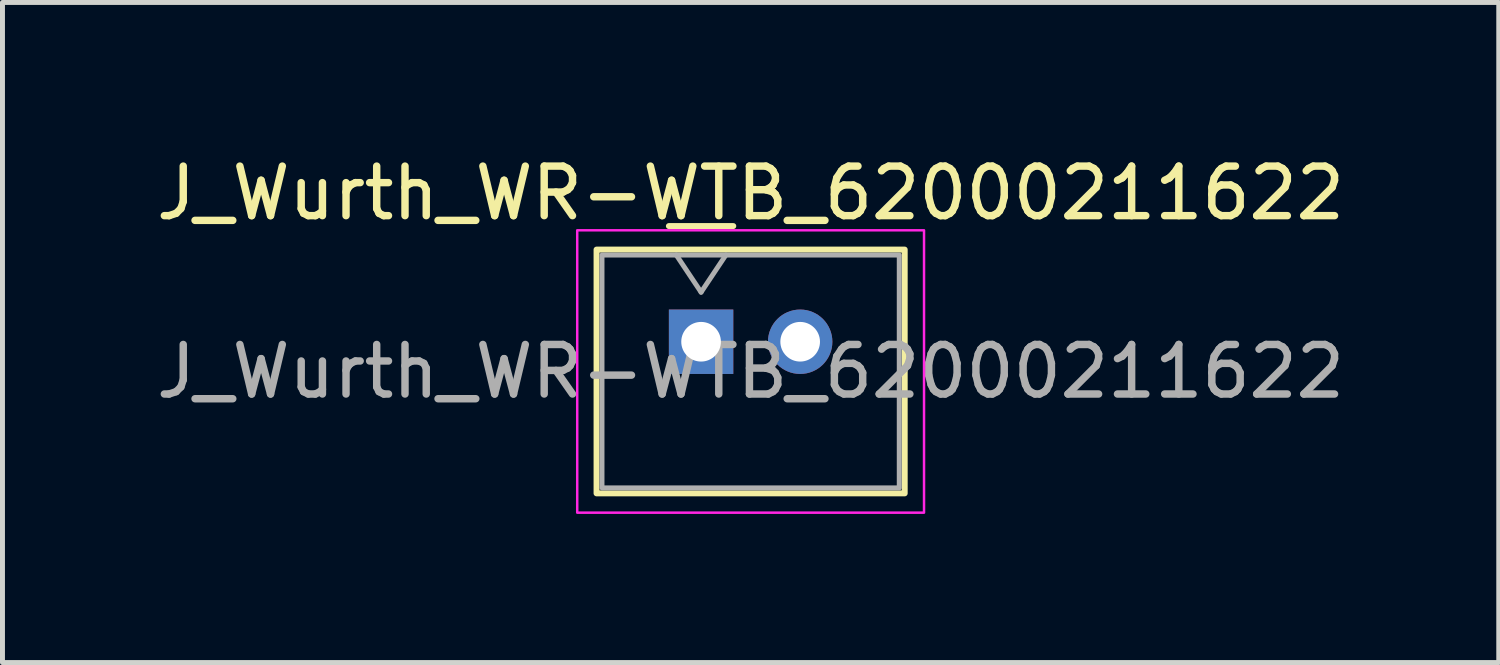
<source format=kicad_pcb>
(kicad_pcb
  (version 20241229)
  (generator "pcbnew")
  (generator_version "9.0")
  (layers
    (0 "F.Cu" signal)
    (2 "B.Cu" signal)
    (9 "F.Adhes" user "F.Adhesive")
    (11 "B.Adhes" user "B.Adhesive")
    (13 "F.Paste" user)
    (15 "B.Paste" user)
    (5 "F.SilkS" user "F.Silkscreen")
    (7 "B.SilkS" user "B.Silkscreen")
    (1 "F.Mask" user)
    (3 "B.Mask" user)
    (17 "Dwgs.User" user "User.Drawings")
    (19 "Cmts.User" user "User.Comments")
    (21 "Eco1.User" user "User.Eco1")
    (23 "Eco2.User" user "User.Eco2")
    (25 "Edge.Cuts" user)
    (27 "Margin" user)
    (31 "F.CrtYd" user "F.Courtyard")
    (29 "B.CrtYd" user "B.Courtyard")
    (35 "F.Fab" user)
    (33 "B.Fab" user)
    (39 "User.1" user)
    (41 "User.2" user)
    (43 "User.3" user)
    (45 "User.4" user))
  (footprint "J_Wurth_WR-WTB_62000211622"
    (layer "F.Cu")
    (at 11.101 3.848)
    (property "Reference" "J_Wurth_WR-WTB_62000211622" (at 1 -3 0) (unlocked yes) (layer "F.SilkS") (effects (font (size 1 1) (thickness 0.15))))
    (attr through_hole)
    (fp_line (start 0.65 -2.335) (end -0.65 -2.335) (stroke (width 0.12) (type solid)) (layer "F.SilkS"))
    (fp_rect (start -2.11 -1.86) (end 4.11 3.06) (stroke (width 0.12) (type default)) (fill no) (layer "F.SilkS"))
    (fp_rect (start -2.5 -2.25) (end 4.5 3.45) (stroke (width 0.05) (type default)) (fill no) (layer "F.CrtYd"))
    (fp_line (start 0 -1) (end -0.5 -1.75) (stroke (width 0.1) (type solid)) (layer "F.Fab"))
    (fp_line (start 0 -1) (end 0.5 -1.75) (stroke (width 0.1) (type solid)) (layer "F.Fab"))
    (fp_rect (start -2 -1.75) (end 4 2.95) (stroke (width 0.1) (type solid)) (fill no) (layer "F.Fab"))
    (fp_text user "${REFERENCE}" (at 1 0.6 0) (unlocked yes) (layer "F.Fab") (effects (font (size 1 1) (thickness 0.15))))
    (pad "1" thru_hole rect (at 0 0 180) (size 1.3 1.3) (drill 0.8) (layers "*.Cu" "*.Mask"))
    (pad "2" thru_hole circle (at 2 0 180) (size 1.3 1.3) (drill 0.8) (layers "*.Cu" "*.Mask")))
  (gr_rect
    (start -3 -3)
    (end 27.202 10.323)
    (stroke (width 0.1) (type default))
    (fill no)
    (layer "Edge.Cuts")))
</source>
